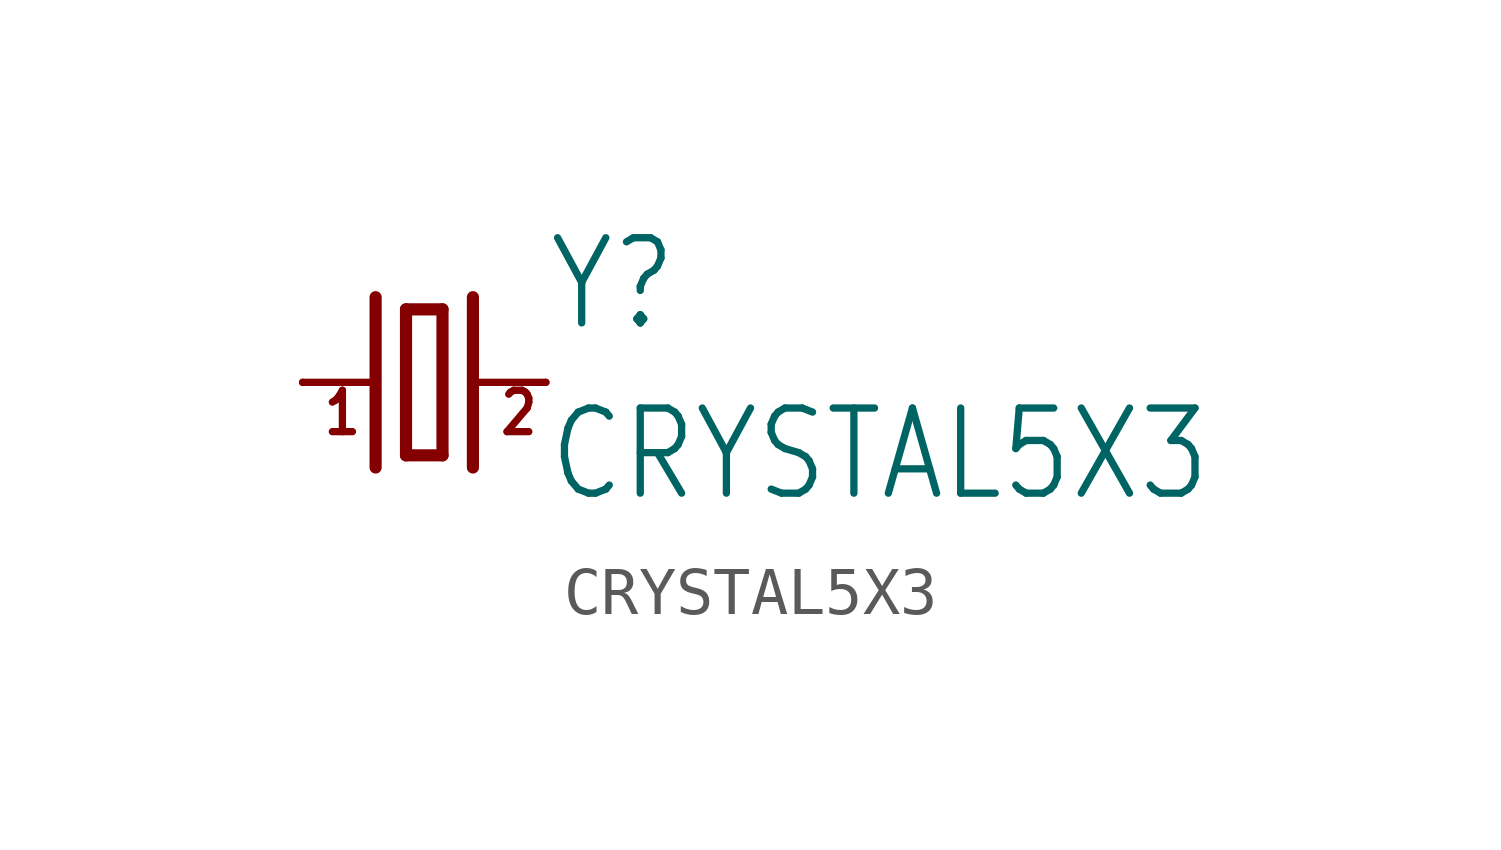
<source format=kicad_sym>
(kicad_symbol_lib
  (version 20211014)
  (generator kicad_symbol_editor)
  (symbol "CRYSTAL5X3"
    (property "Reference" "Y"
      (at 2.54 1.016 0)
      (effects (font (size 1.778 1.511)) (justify left bottom)))
    (property "Value" "CRYSTAL5X3"
      (at 2.54 -2.54 0)
      (effects (font (size 1.778 1.511)) (justify left bottom)))
    (property "ki_locked" ""
      (at 0 0 0)
      (effects (font (size 1.27 1.27))))
    (symbol "CRYSTAL5X3_1_0"
      (polyline (pts (xy -2.54 0) (xy -1.016 0)) (stroke (width 0.152) (type default) (color 0 0 0 0)) (fill (type none)))
      (polyline (pts (xy -1.016 1.778) (xy -1.016 -1.778)) (stroke (width 0.254) (type default) (color 0 0 0 0)) (fill (type none)))
      (polyline (pts (xy -0.381 -1.524) (xy 0.381 -1.524)) (stroke (width 0.254) (type default) (color 0 0 0 0)) (fill (type none)))
      (polyline (pts (xy -0.381 1.524) (xy -0.381 -1.524)) (stroke (width 0.254) (type default) (color 0 0 0 0)) (fill (type none)))
      (polyline (pts (xy 0.381 -1.524) (xy 0.381 1.524)) (stroke (width 0.254) (type default) (color 0 0 0 0)) (fill (type none)))
      (polyline (pts (xy 0.381 1.524) (xy -0.381 1.524)) (stroke (width 0.254) (type default) (color 0 0 0 0)) (fill (type none)))
      (polyline (pts (xy 1.016 0) (xy 2.54 0)) (stroke (width 0.152) (type default) (color 0 0 0 0)) (fill (type none)))
      (polyline (pts (xy 1.016 1.778) (xy 1.016 -1.778)) (stroke (width 0.254) (type default) (color 0 0 0 0)) (fill (type none)))
      (text "1" (at -2.159 -1.143 0) (effects (font (size 0.864 0.734)) (justify left bottom)))
      (text "2" (at 1.524 -1.143 0) (effects (font (size 0.864 0.734)) (justify left bottom)))
      (pin passive line (at -2.54 0 0) (length 0) (name "1" (effects (font (size 0 0)))) (number "1" (effects (font (size 0 0)))))
      (pin passive line (at 2.54 0 180) (length 0) (name "2" (effects (font (size 0 0)))) (number "3" (effects (font (size 0 0))))))))
</source>
